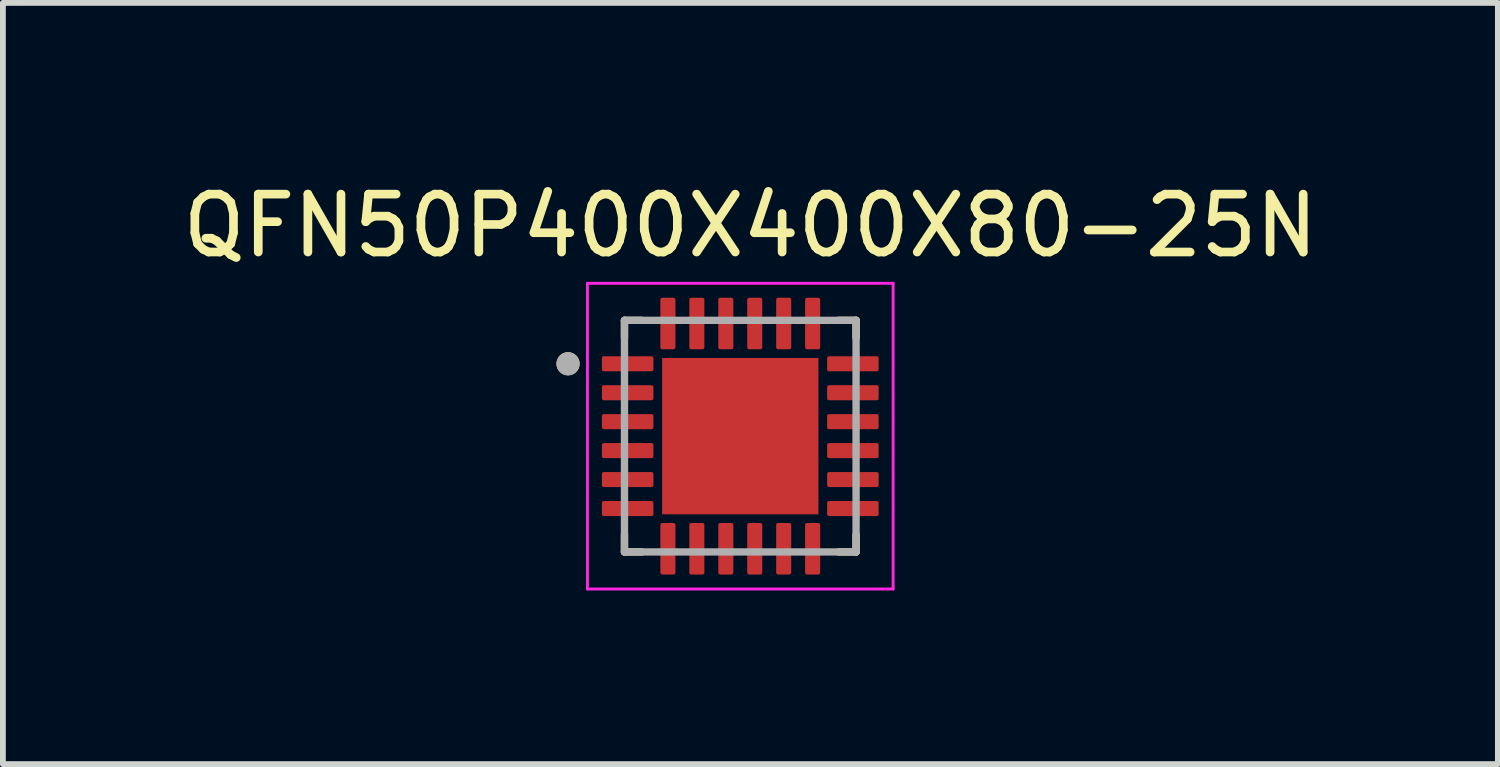
<source format=kicad_pcb>
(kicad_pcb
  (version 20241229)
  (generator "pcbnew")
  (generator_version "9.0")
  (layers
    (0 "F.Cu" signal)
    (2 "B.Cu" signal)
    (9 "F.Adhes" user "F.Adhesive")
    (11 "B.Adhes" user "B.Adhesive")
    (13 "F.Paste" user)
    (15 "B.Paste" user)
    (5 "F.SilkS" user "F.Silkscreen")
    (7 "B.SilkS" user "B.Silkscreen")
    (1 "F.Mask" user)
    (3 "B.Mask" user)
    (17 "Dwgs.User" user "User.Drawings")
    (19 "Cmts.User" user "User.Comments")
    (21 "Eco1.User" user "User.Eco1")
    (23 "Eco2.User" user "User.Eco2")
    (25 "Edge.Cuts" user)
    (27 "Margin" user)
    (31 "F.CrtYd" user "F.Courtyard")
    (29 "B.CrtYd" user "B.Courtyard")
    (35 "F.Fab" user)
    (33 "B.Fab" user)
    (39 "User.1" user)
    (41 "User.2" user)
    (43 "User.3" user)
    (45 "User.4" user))
  (footprint "QFN50P400X400X80-25N"
    (layer "F.Cu")
    (at 9.736 4.483)
    (property "Reference" "QFN50P400X400X80-25N" (at 0.175 -3.635 0) (layer "F.SilkS") (effects (font (size 1 1) (thickness 0.15))))
    (attr smd)
    (fp_line (start -2 -2) (end -2 -1.7) (stroke (width 0.127) (type solid)) (layer "F.SilkS"))
    (fp_line (start -2 -2) (end -1.7 -2) (stroke (width 0.127) (type solid)) (layer "F.SilkS"))
    (fp_line (start -2 2) (end -2 1.7) (stroke (width 0.127) (type solid)) (layer "F.SilkS"))
    (fp_line (start -2 2) (end -1.7 2) (stroke (width 0.127) (type solid)) (layer "F.SilkS"))
    (fp_line (start 2 -2) (end 1.7 -2) (stroke (width 0.127) (type solid)) (layer "F.SilkS"))
    (fp_line (start 2 -2) (end 2 -1.7) (stroke (width 0.127) (type solid)) (layer "F.SilkS"))
    (fp_line (start 2 2) (end 1.7 2) (stroke (width 0.127) (type solid)) (layer "F.SilkS"))
    (fp_line (start 2 2) (end 2 1.7) (stroke (width 0.127) (type solid)) (layer "F.SilkS"))
    (fp_circle (center -2.975 -1.25) (end -2.875 -1.25) (stroke (width 0.2) (type solid)) (fill no) (layer "F.SilkS"))
    (fp_poly (pts (xy -0.854 -0.854) (xy 0.854 -0.854) (xy 0.854 0.854) (xy -0.854 0.854)) (stroke (width 0.01) (type solid)) (fill yes) (layer "F.Paste"))
    (fp_line (start -2.64 -2.64) (end 2.64 -2.64) (stroke (width 0.05) (type solid)) (layer "F.CrtYd"))
    (fp_line (start -2.64 2.64) (end -2.64 -2.64) (stroke (width 0.05) (type solid)) (layer "F.CrtYd"))
    (fp_line (start -2.64 2.64) (end 2.64 2.64) (stroke (width 0.05) (type solid)) (layer "F.CrtYd"))
    (fp_line (start 2.64 2.64) (end 2.64 -2.64) (stroke (width 0.05) (type solid)) (layer "F.CrtYd"))
    (fp_line (start -2 2) (end -2 -2) (stroke (width 0.127) (type solid)) (layer "F.Fab"))
    (fp_line (start 2 -2) (end -2 -2) (stroke (width 0.127) (type solid)) (layer "F.Fab"))
    (fp_line (start 2 2) (end -2 2) (stroke (width 0.127) (type solid)) (layer "F.Fab"))
    (fp_line (start 2 2) (end 2 -2) (stroke (width 0.127) (type solid)) (layer "F.Fab"))
    (fp_circle (center -2.975 -1.25) (end -2.875 -1.25) (stroke (width 0.2) (type solid)) (fill no) (layer "F.Fab"))
    (pad "1" smd roundrect (at -1.945 -1.25) (size 0.89 0.26) (layers "F.Cu" "F.Mask" "F.Paste") (roundrect_rratio 0.125))
    (pad "2" smd roundrect (at -1.945 -0.75) (size 0.89 0.26) (layers "F.Cu" "F.Mask" "F.Paste") (roundrect_rratio 0.125))
    (pad "3" smd roundrect (at -1.945 -0.25) (size 0.89 0.26) (layers "F.Cu" "F.Mask" "F.Paste") (roundrect_rratio 0.125))
    (pad "4" smd roundrect (at -1.945 0.25) (size 0.89 0.26) (layers "F.Cu" "F.Mask" "F.Paste") (roundrect_rratio 0.125))
    (pad "5" smd roundrect (at -1.945 0.75) (size 0.89 0.26) (layers "F.Cu" "F.Mask" "F.Paste") (roundrect_rratio 0.125))
    (pad "6" smd roundrect (at -1.945 1.25) (size 0.89 0.26) (layers "F.Cu" "F.Mask" "F.Paste") (roundrect_rratio 0.125))
    (pad "7" smd roundrect (at -1.25 1.945) (size 0.26 0.89) (layers "F.Cu" "F.Mask" "F.Paste") (roundrect_rratio 0.125))
    (pad "8" smd roundrect (at -0.75 1.945) (size 0.26 0.89) (layers "F.Cu" "F.Mask" "F.Paste") (roundrect_rratio 0.125))
    (pad "9" smd roundrect (at -0.25 1.945) (size 0.26 0.89) (layers "F.Cu" "F.Mask" "F.Paste") (roundrect_rratio 0.125))
    (pad "10" smd roundrect (at 0.25 1.945) (size 0.26 0.89) (layers "F.Cu" "F.Mask" "F.Paste") (roundrect_rratio 0.125))
    (pad "11" smd roundrect (at 0.75 1.945) (size 0.26 0.89) (layers "F.Cu" "F.Mask" "F.Paste") (roundrect_rratio 0.125))
    (pad "12" smd roundrect (at 1.25 1.945) (size 0.26 0.89) (layers "F.Cu" "F.Mask" "F.Paste") (roundrect_rratio 0.125))
    (pad "13" smd roundrect (at 1.945 1.25) (size 0.89 0.26) (layers "F.Cu" "F.Mask" "F.Paste") (roundrect_rratio 0.125))
    (pad "14" smd roundrect (at 1.945 0.75) (size 0.89 0.26) (layers "F.Cu" "F.Mask" "F.Paste") (roundrect_rratio 0.125))
    (pad "15" smd roundrect (at 1.945 0.25) (size 0.89 0.26) (layers "F.Cu" "F.Mask" "F.Paste") (roundrect_rratio 0.125))
    (pad "16" smd roundrect (at 1.945 -0.25) (size 0.89 0.26) (layers "F.Cu" "F.Mask" "F.Paste") (roundrect_rratio 0.125))
    (pad "17" smd roundrect (at 1.945 -0.75) (size 0.89 0.26) (layers "F.Cu" "F.Mask" "F.Paste") (roundrect_rratio 0.125))
    (pad "18" smd roundrect (at 1.945 -1.25) (size 0.89 0.26) (layers "F.Cu" "F.Mask" "F.Paste") (roundrect_rratio 0.125))
    (pad "19" smd roundrect (at 1.25 -1.945) (size 0.26 0.89) (layers "F.Cu" "F.Mask" "F.Paste") (roundrect_rratio 0.125))
    (pad "20" smd roundrect (at 0.75 -1.945) (size 0.26 0.89) (layers "F.Cu" "F.Mask" "F.Paste") (roundrect_rratio 0.125))
    (pad "21" smd roundrect (at 0.25 -1.945) (size 0.26 0.89) (layers "F.Cu" "F.Mask" "F.Paste") (roundrect_rratio 0.125))
    (pad "22" smd roundrect (at -0.25 -1.945) (size 0.26 0.89) (layers "F.Cu" "F.Mask" "F.Paste") (roundrect_rratio 0.125))
    (pad "23" smd roundrect (at -0.75 -1.945) (size 0.26 0.89) (layers "F.Cu" "F.Mask" "F.Paste") (roundrect_rratio 0.125))
    (pad "24" smd roundrect (at -1.25 -1.945) (size 0.26 0.89) (layers "F.Cu" "F.Mask" "F.Paste") (roundrect_rratio 0.125))
    (pad "25" smd rect (at 0 0) (size 2.7 2.7) (layers "F.Cu" "F.Mask")))
  (gr_rect
    (start -3 -3)
    (end 22.821 10.148)
    (stroke (width 0.1) (type default))
    (fill no)
    (layer "Edge.Cuts")))
</source>
